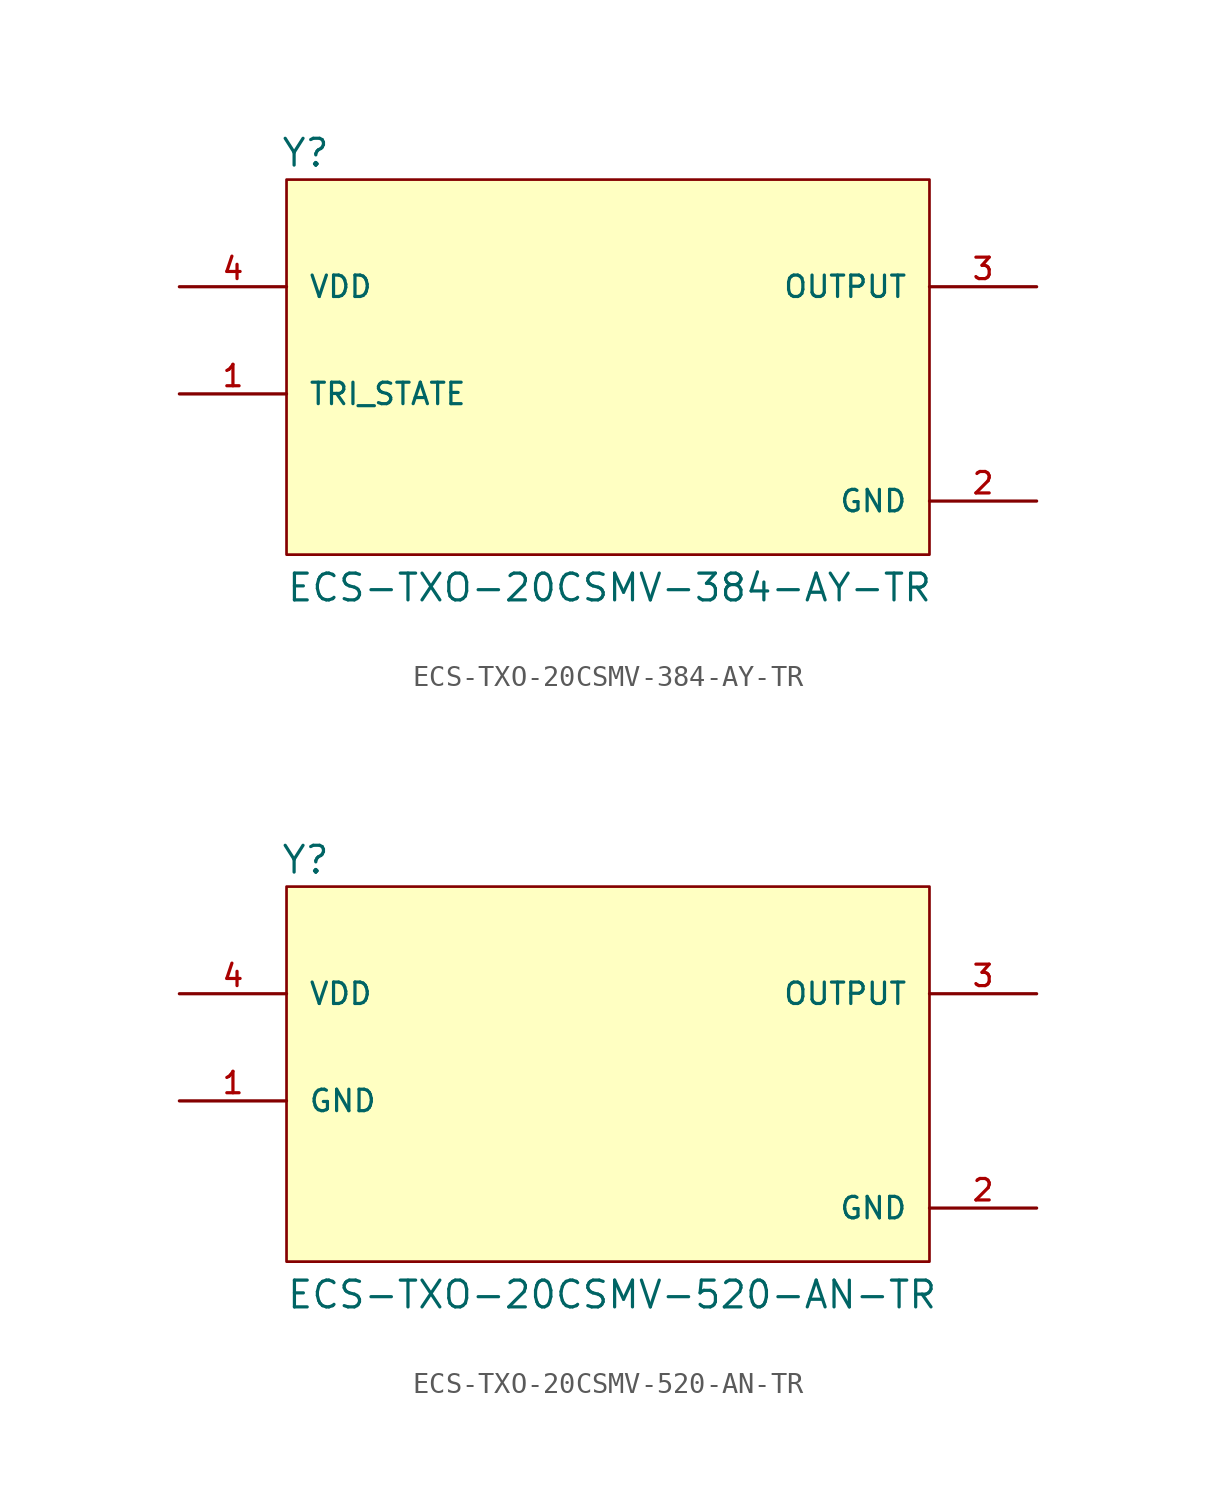
<source format=kicad_sym>
(kicad_symbol_lib
  (version 20241209)
  (generator "kicad_symbol_editor")
  (generator_version "9.0")
  (symbol "ECS-TXO-20CSMV-384-AY-TR"
    (pin_names
      (offset 1.016))
    (property "Reference" "Y"
      (at -15.525 8.144 0)
      (effects (font (size 1.27 1.27)) (justify left bottom)))
    (property "Value" "ECS-TXO-20CSMV-384-AY-TR"
      (at -15.268 -12.469 0)
      (effects (font (size 1.27 1.27)) (justify left bottom)))
    (symbol "ECS-TXO-20CSMV-384-AY-TR_0_0"
      (rectangle (start -15.24 -10.16) (end 15.24 7.62) (stroke (width 0.127) (type default)) (fill (type background)))
      (pin input line (at -20.32 2.54 0) (length 5.08) (name "VDD" (effects (font (size 1.016 1.016)))) (number "4" (effects (font (size 1.016 1.016)))))
      (pin input line (at -20.32 -2.54 0) (length 5.08) (name "TRI_STATE" (effects (font (size 1.016 1.016)))) (number "1" (effects (font (size 1.016 1.016)))))
      (pin output line (at 20.32 2.54 180) (length 5.08) (name "OUTPUT" (effects (font (size 1.016 1.016)))) (number "3" (effects (font (size 1.016 1.016)))))
      (pin power_in line (at 20.32 -7.62 180) (length 5.08) (name "GND" (effects (font (size 1.016 1.016)))) (number "2" (effects (font (size 1.016 1.016)))))))
  (symbol "ECS-TXO-20CSMV-520-AN-TR"
    (pin_names
      (offset 1.016))
    (property "Reference" "Y"
      (at -15.525 8.144 0)
      (effects (font (size 1.27 1.27)) (justify left bottom)))
    (property "Value" "ECS-TXO-20CSMV-520-AN-TR"
      (at -15.268 -12.469 0)
      (effects (font (size 1.27 1.27)) (justify left bottom)))
    (symbol "ECS-TXO-20CSMV-520-AN-TR_0_0"
      (rectangle (start -15.24 -10.16) (end 15.24 7.62) (stroke (width 0.127) (type default)) (fill (type background)))
      (pin input line (at -20.32 2.54 0) (length 5.08) (name "VDD" (effects (font (size 1.016 1.016)))) (number "4" (effects (font (size 1.016 1.016)))))
      (pin output line (at 20.32 2.54 180) (length 5.08) (name "OUTPUT" (effects (font (size 1.016 1.016)))) (number "3" (effects (font (size 1.016 1.016))))))
    (symbol "ECS-TXO-20CSMV-520-AN-TR_1_0"
      (pin power_in line (at -20.32 -2.54 0) (length 5.08) (name "GND" (effects (font (size 1.016 1.016)))) (number "1" (effects (font (size 1.016 1.016)))))
      (pin power_in line (at 20.32 -7.62 180) (length 5.08) (name "GND" (effects (font (size 1.016 1.016)))) (number "2" (effects (font (size 1.016 1.016))))))))
</source>
